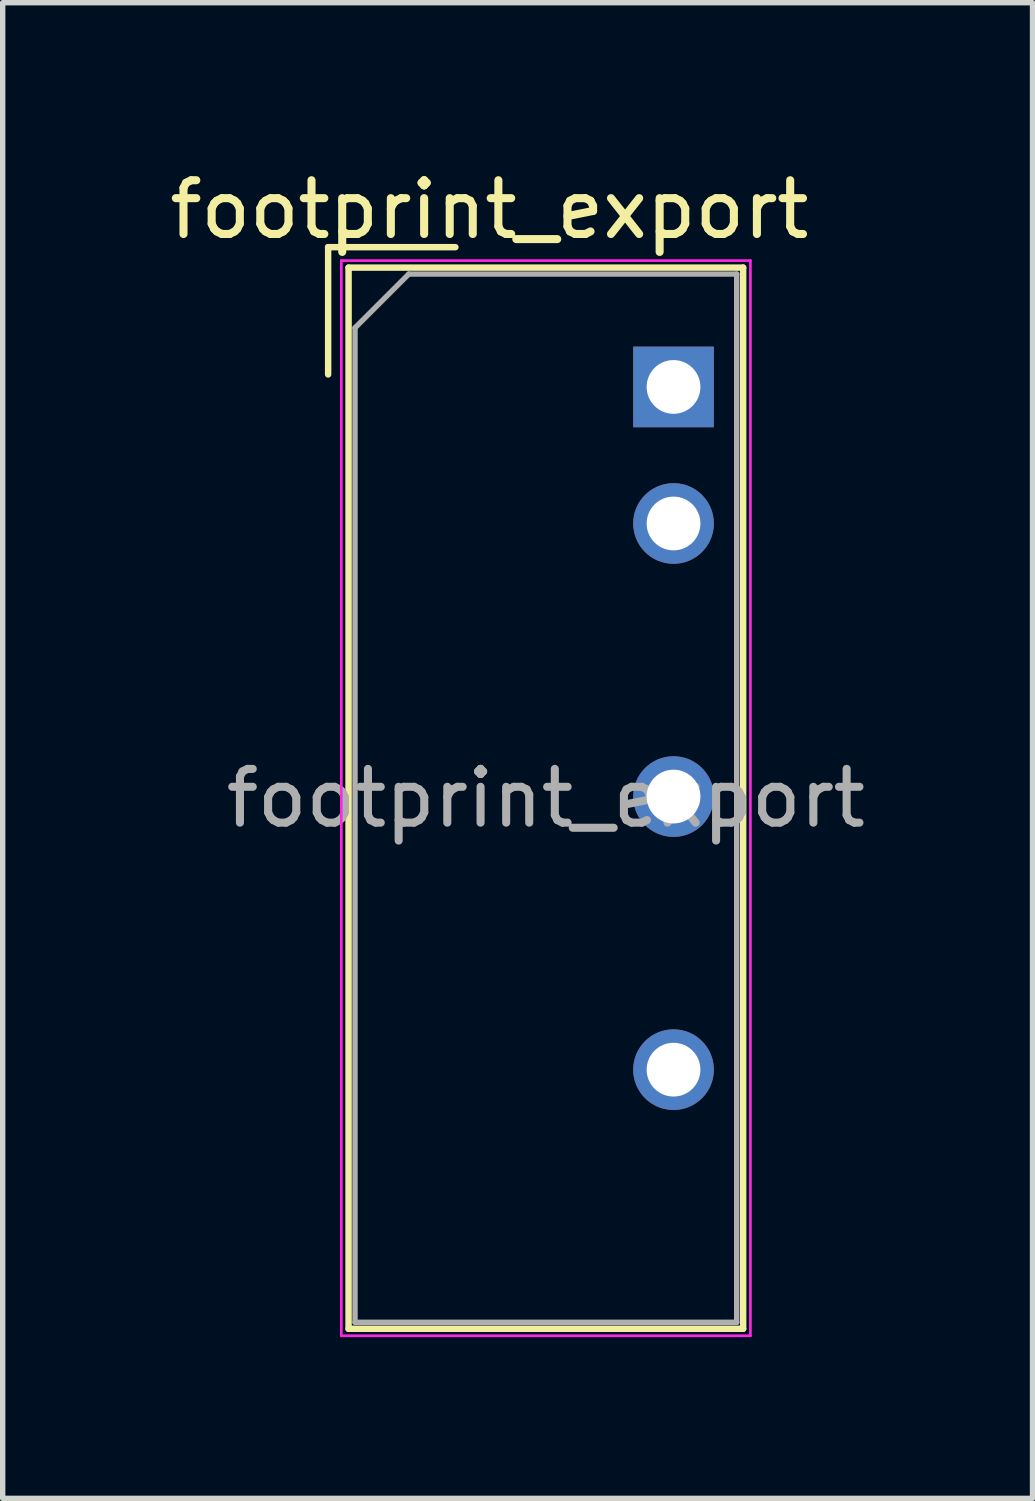
<source format=kicad_pcb>
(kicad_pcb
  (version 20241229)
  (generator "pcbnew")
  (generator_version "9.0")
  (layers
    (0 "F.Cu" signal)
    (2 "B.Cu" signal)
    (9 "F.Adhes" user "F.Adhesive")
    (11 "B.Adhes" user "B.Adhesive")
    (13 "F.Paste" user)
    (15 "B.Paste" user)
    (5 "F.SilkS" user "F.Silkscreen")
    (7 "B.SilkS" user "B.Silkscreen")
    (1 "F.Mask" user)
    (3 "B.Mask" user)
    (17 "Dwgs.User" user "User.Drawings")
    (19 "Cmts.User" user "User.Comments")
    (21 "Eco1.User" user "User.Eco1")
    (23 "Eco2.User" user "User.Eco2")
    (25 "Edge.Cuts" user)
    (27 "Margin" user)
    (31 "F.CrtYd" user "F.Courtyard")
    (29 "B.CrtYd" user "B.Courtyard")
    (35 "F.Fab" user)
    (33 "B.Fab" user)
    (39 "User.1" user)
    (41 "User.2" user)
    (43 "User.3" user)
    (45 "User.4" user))
  (footprint "footprint_export"
    (layer "F.Cu")
    (at 9.479 4.148)
    (property "Reference" "footprint_export" (at -3.425 -3.3 0) (layer "F.SilkS") (effects (font (size 1 1) (thickness 0.15))))
    (attr through_hole)
    (fp_line (start -6.425 -2.6) (end -4.058 -2.6) (stroke (width 0.12) (type solid)) (layer "F.SilkS"))
    (fp_line (start -6.425 -0.233) (end -6.425 -2.6) (stroke (width 0.12) (type solid)) (layer "F.SilkS"))
    (fp_line (start -6.045 -2.22) (end -6.045 17.52) (stroke (width 0.12) (type solid)) (layer "F.SilkS"))
    (fp_line (start -6.045 -2.22) (end 1.295 -2.22) (stroke (width 0.12) (type solid)) (layer "F.SilkS"))
    (fp_line (start -6.045 17.52) (end 1.295 17.52) (stroke (width 0.12) (type solid)) (layer "F.SilkS"))
    (fp_line (start 1.295 -2.22) (end 1.295 17.52) (stroke (width 0.12) (type solid)) (layer "F.SilkS"))
    (fp_line (start -6.18 -2.35) (end -6.18 17.65) (stroke (width 0.05) (type solid)) (layer "F.CrtYd"))
    (fp_line (start -6.18 -2.35) (end 1.43 -2.35) (stroke (width 0.05) (type solid)) (layer "F.CrtYd"))
    (fp_line (start -6.18 17.65) (end 1.43 17.65) (stroke (width 0.05) (type solid)) (layer "F.CrtYd"))
    (fp_line (start 1.43 -2.35) (end 1.43 17.65) (stroke (width 0.05) (type solid)) (layer "F.CrtYd"))
    (fp_line (start -5.925 -1.1) (end -4.925 -2.1) (stroke (width 0.1) (type solid)) (layer "F.Fab"))
    (fp_line (start -5.925 17.4) (end -5.925 -1.1) (stroke (width 0.1) (type solid)) (layer "F.Fab"))
    (fp_line (start -4.925 -2.1) (end 1.175 -2.1) (stroke (width 0.1) (type solid)) (layer "F.Fab"))
    (fp_line (start 1.175 -2.1) (end 1.175 17.4) (stroke (width 0.1) (type solid)) (layer "F.Fab"))
    (fp_line (start 1.175 17.4) (end -5.925 17.4) (stroke (width 0.1) (type solid)) (layer "F.Fab"))
    (fp_text user "${REFERENCE}" (at -2.375 7.65 0) (layer "F.Fab") (effects (font (size 1 1) (thickness 0.15))))
    (pad "1" thru_hole rect (at 0 0) (size 1.5 1.5) (drill 1) (layers "*.Cu" "*.Mask"))
    (pad "2" thru_hole circle (at 0 2.54) (size 1.5 1.5) (drill 1) (layers "*.Cu" "*.Mask"))
    (pad "4" thru_hole circle (at 0 7.62) (size 1.5 1.5) (drill 1) (layers "*.Cu" "*.Mask"))
    (pad "6" thru_hole circle (at 0 12.7) (size 1.5 1.5) (drill 1) (layers "*.Cu" "*.Mask")))
  (gr_rect
    (start -3 -3)
    (end 16.157 24.823)
    (stroke (width 0.1) (type default))
    (fill no)
    (layer "Edge.Cuts")))
</source>
